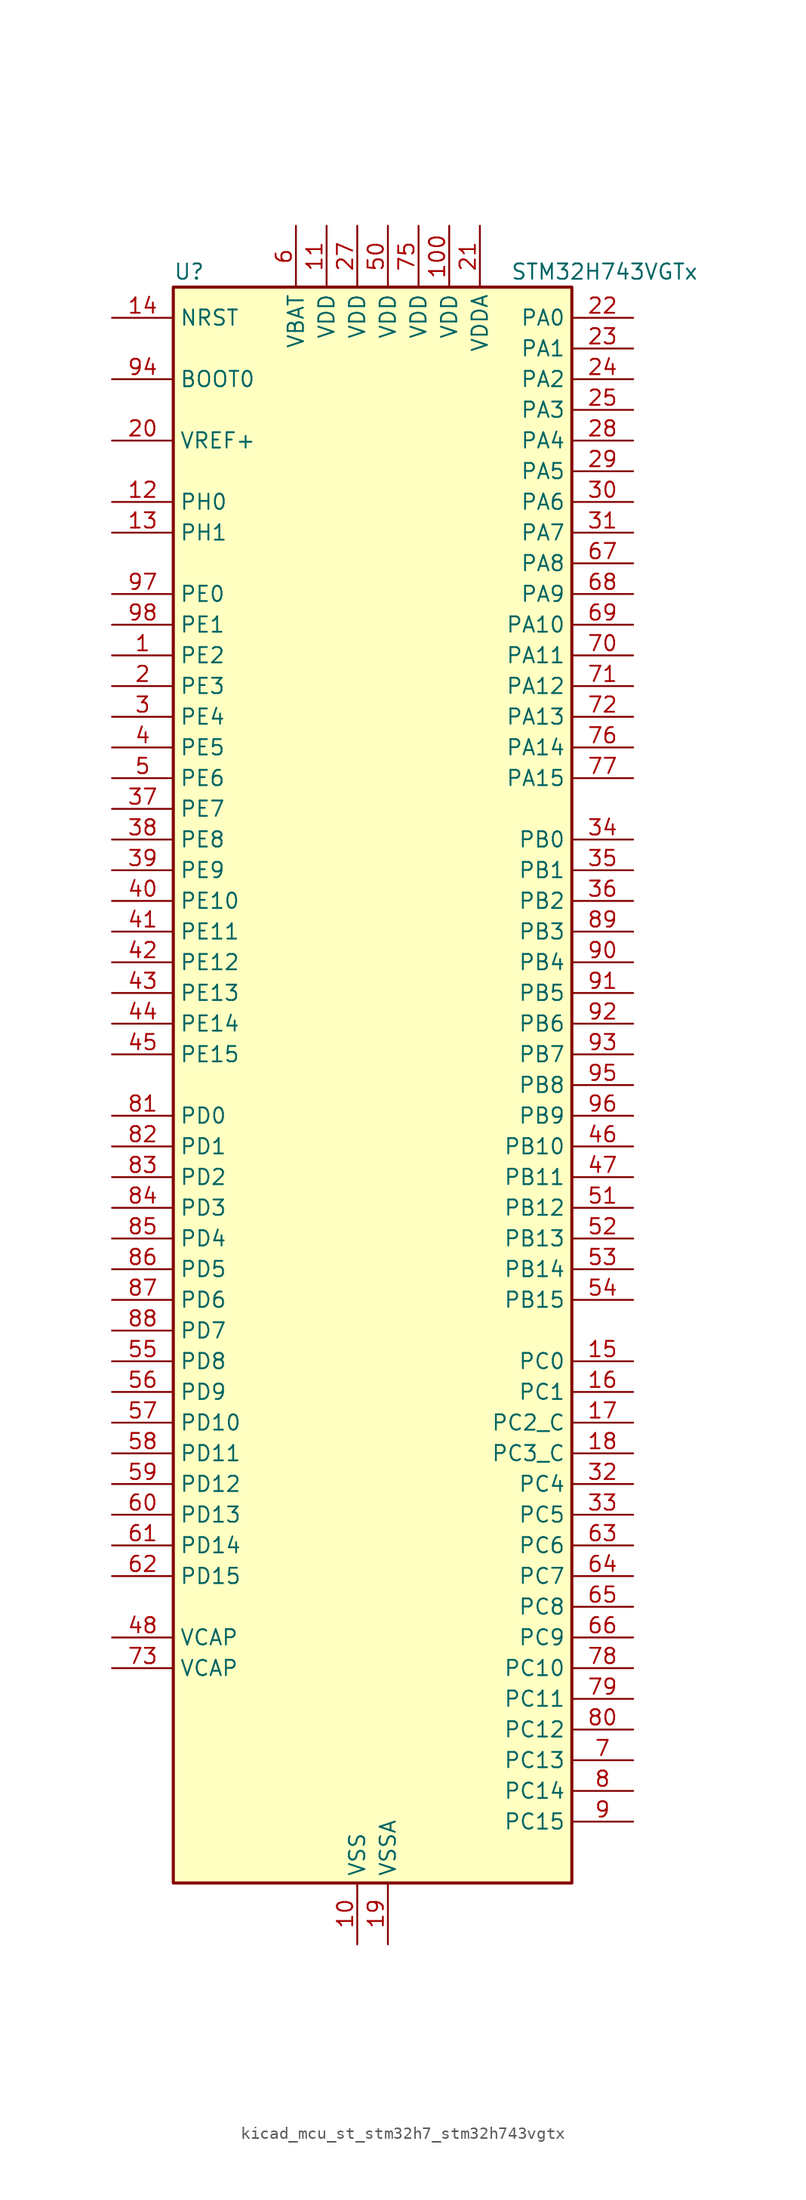
<source format=kicad_sym>
(kicad_symbol_lib
  (version 20220914)
  (generator kicad_symbol_editor)
  (symbol "kicad_mcu_st_stm32h7_stm32h743vgtx"
    (property "Reference" "U"
      (at -15.24 67.31 0)
      (effects (font (size 1.27 1.27)) (justify left)))
    (property "Value" "STM32H743VGTx"
      (at 12.7 67.31 0)
      (effects (font (size 1.27 1.27)) (justify left)))
    (property "ki_locked" ""
      (at 0 0 0)
      (effects (font (size 1.27 1.27))))
    (symbol "kicad_mcu_st_stm32h7_stm32h743vgtx_0_1"
      (rectangle (start -15.24 -66.04) (end 17.78 66.04) (stroke (width 0.254) (type default)) (fill (type background))))
    (symbol "kicad_mcu_st_stm32h7_stm32h743vgtx_1_1"
      (pin bidirectional line (at -20.32 35.56 0) (length 5.08) (name "PE2" (effects (font (size 1.27 1.27)))) (number "1" (effects (font (size 1.27 1.27)))) (alternate "DEBUG_TRACECLK" bidirectional line) (alternate "ETH_TXD3" bidirectional line) (alternate "FMC_A23" bidirectional line) (alternate "QUADSPI_BK1_IO2" bidirectional line) (alternate "SAI1_CK1" bidirectional line) (alternate "SAI1_MCLK_A" bidirectional line) (alternate "SAI4_CK1" bidirectional line) (alternate "SAI4_MCLK_A" bidirectional line) (alternate "SPI4_SCK" bidirectional line))
      (pin power_in line (at 0 -71.12 90) (length 5.08) (name "VSS" (effects (font (size 1.27 1.27)))) (number "10" (effects (font (size 1.27 1.27)))))
      (pin power_in line (at 7.62 71.12 270) (length 5.08) (name "VDD" (effects (font (size 1.27 1.27)))) (number "100" (effects (font (size 1.27 1.27)))))
      (pin power_in line (at -2.54 71.12 270) (length 5.08) (name "VDD" (effects (font (size 1.27 1.27)))) (number "11" (effects (font (size 1.27 1.27)))))
      (pin bidirectional line (at -20.32 48.26 0) (length 5.08) (name "PH0" (effects (font (size 1.27 1.27)))) (number "12" (effects (font (size 1.27 1.27)))) (alternate "RCC_OSC_IN" bidirectional line))
      (pin bidirectional line (at -20.32 45.72 0) (length 5.08) (name "PH1" (effects (font (size 1.27 1.27)))) (number "13" (effects (font (size 1.27 1.27)))) (alternate "RCC_OSC_OUT" bidirectional line))
      (pin input line (at -20.32 63.5 0) (length 5.08) (name "NRST" (effects (font (size 1.27 1.27)))) (number "14" (effects (font (size 1.27 1.27)))))
      (pin bidirectional line (at 22.86 -22.86 180) (length 5.08) (name "PC0" (effects (font (size 1.27 1.27)))) (number "15" (effects (font (size 1.27 1.27)))) (alternate "ADC1_INP10" bidirectional line) (alternate "ADC2_INP10" bidirectional line) (alternate "ADC3_INP10" bidirectional line) (alternate "DFSDM1_CKIN0" bidirectional line) (alternate "DFSDM1_DATIN4" bidirectional line) (alternate "FMC_SDNWE" bidirectional line) (alternate "LTDC_R5" bidirectional line) (alternate "SAI2_FS_B" bidirectional line) (alternate "USB_OTG_HS_ULPI_STP" bidirectional line))
      (pin bidirectional line (at 22.86 -25.4 180) (length 5.08) (name "PC1" (effects (font (size 1.27 1.27)))) (number "16" (effects (font (size 1.27 1.27)))) (alternate "ADC1_INN10" bidirectional line) (alternate "ADC1_INP11" bidirectional line) (alternate "ADC2_INN10" bidirectional line) (alternate "ADC2_INP11" bidirectional line) (alternate "ADC3_INN10" bidirectional line) (alternate "ADC3_INP11" bidirectional line) (alternate "DEBUG_TRACED0" bidirectional line) (alternate "DFSDM1_CKIN4" bidirectional line) (alternate "DFSDM1_DATIN0" bidirectional line) (alternate "ETH_MDC" bidirectional line) (alternate "I2S2_SDO" bidirectional line) (alternate "MDIOS_MDC" bidirectional line) (alternate "PWR_WKUP5" bidirectional line) (alternate "RTC_TAMP3" bidirectional line) (alternate "SAI1_D1" bidirectional line) (alternate "SAI1_SD_A" bidirectional line) (alternate "SAI4_D1" bidirectional line) (alternate "SAI4_SD_A" bidirectional line) (alternate "SDMMC2_CK" bidirectional line) (alternate "SPI2_MOSI" bidirectional line))
      (pin bidirectional line (at 22.86 -27.94 180) (length 5.08) (name "PC2_C" (effects (font (size 1.27 1.27)))) (number "17" (effects (font (size 1.27 1.27)))) (alternate "ADC3_INN1" bidirectional line) (alternate "ADC3_INP0" bidirectional line) (alternate "DFSDM1_CKIN1" bidirectional line) (alternate "DFSDM1_CKOUT" bidirectional line) (alternate "ETH_TXD2" bidirectional line) (alternate "FMC_SDNE0" bidirectional line) (alternate "I2S2_SDI" bidirectional line) (alternate "PWR_CSTOP" bidirectional line) (alternate "SPI2_MISO" bidirectional line) (alternate "USB_OTG_HS_ULPI_DIR" bidirectional line))
      (pin bidirectional line (at 22.86 -30.48 180) (length 5.08) (name "PC3_C" (effects (font (size 1.27 1.27)))) (number "18" (effects (font (size 1.27 1.27)))) (alternate "ADC3_INP1" bidirectional line) (alternate "DFSDM1_DATIN1" bidirectional line) (alternate "ETH_TX_CLK" bidirectional line) (alternate "FMC_SDCKE0" bidirectional line) (alternate "I2S2_SDO" bidirectional line) (alternate "PWR_CSLEEP" bidirectional line) (alternate "SPI2_MOSI" bidirectional line) (alternate "USB_OTG_HS_ULPI_NXT" bidirectional line))
      (pin power_in line (at 2.54 -71.12 90) (length 5.08) (name "VSSA" (effects (font (size 1.27 1.27)))) (number "19" (effects (font (size 1.27 1.27)))))
      (pin bidirectional line (at -20.32 33.02 0) (length 5.08) (name "PE3" (effects (font (size 1.27 1.27)))) (number "2" (effects (font (size 1.27 1.27)))) (alternate "DEBUG_TRACED0" bidirectional line) (alternate "FMC_A19" bidirectional line) (alternate "SAI1_SD_B" bidirectional line) (alternate "SAI4_SD_B" bidirectional line) (alternate "TIM15_BKIN" bidirectional line))
      (pin input line (at -20.32 53.34 0) (length 5.08) (name "VREF+" (effects (font (size 1.27 1.27)))) (number "20" (effects (font (size 1.27 1.27)))) (alternate "VREFBUF_OUT" bidirectional line))
      (pin power_in line (at 10.16 71.12 270) (length 5.08) (name "VDDA" (effects (font (size 1.27 1.27)))) (number "21" (effects (font (size 1.27 1.27)))))
      (pin bidirectional line (at 22.86 63.5 180) (length 5.08) (name "PA0" (effects (font (size 1.27 1.27)))) (number "22" (effects (font (size 1.27 1.27)))) (alternate "ADC1_INP16" bidirectional line) (alternate "ETH_CRS" bidirectional line) (alternate "PWR_WKUP0" bidirectional line) (alternate "SAI2_SD_B" bidirectional line) (alternate "SDMMC2_CMD" bidirectional line) (alternate "TIM15_BKIN" bidirectional line) (alternate "TIM2_CH1" bidirectional line) (alternate "TIM2_ETR" bidirectional line) (alternate "TIM5_CH1" bidirectional line) (alternate "TIM8_ETR" bidirectional line) (alternate "UART4_TX" bidirectional line) (alternate "USART2_CTS" bidirectional line) (alternate "USART2_NSS" bidirectional line))
      (pin bidirectional line (at 22.86 60.96 180) (length 5.08) (name "PA1" (effects (font (size 1.27 1.27)))) (number "23" (effects (font (size 1.27 1.27)))) (alternate "ADC1_INN16" bidirectional line) (alternate "ADC1_INP17" bidirectional line) (alternate "ETH_REF_CLK" bidirectional line) (alternate "ETH_RX_CLK" bidirectional line) (alternate "LPTIM3_OUT" bidirectional line) (alternate "LTDC_R2" bidirectional line) (alternate "QUADSPI_BK1_IO3" bidirectional line) (alternate "SAI2_MCLK_B" bidirectional line) (alternate "TIM15_CH1N" bidirectional line) (alternate "TIM2_CH2" bidirectional line) (alternate "TIM5_CH2" bidirectional line) (alternate "UART4_RX" bidirectional line) (alternate "USART2_DE" bidirectional line) (alternate "USART2_RTS" bidirectional line))
      (pin bidirectional line (at 22.86 58.42 180) (length 5.08) (name "PA2" (effects (font (size 1.27 1.27)))) (number "24" (effects (font (size 1.27 1.27)))) (alternate "ADC1_INP14" bidirectional line) (alternate "ADC2_INP14" bidirectional line) (alternate "ETH_MDIO" bidirectional line) (alternate "LPTIM4_OUT" bidirectional line) (alternate "LTDC_R1" bidirectional line) (alternate "MDIOS_MDIO" bidirectional line) (alternate "PWR_WKUP1" bidirectional line) (alternate "SAI2_SCK_B" bidirectional line) (alternate "TIM15_CH1" bidirectional line) (alternate "TIM2_CH3" bidirectional line) (alternate "TIM5_CH3" bidirectional line) (alternate "USART2_TX" bidirectional line))
      (pin bidirectional line (at 22.86 55.88 180) (length 5.08) (name "PA3" (effects (font (size 1.27 1.27)))) (number "25" (effects (font (size 1.27 1.27)))) (alternate "ADC1_INP15" bidirectional line) (alternate "ADC2_INP15" bidirectional line) (alternate "ETH_COL" bidirectional line) (alternate "LPTIM5_OUT" bidirectional line) (alternate "LTDC_B2" bidirectional line) (alternate "LTDC_B5" bidirectional line) (alternate "TIM15_CH2" bidirectional line) (alternate "TIM2_CH4" bidirectional line) (alternate "TIM5_CH4" bidirectional line) (alternate "USART2_RX" bidirectional line) (alternate "USB_OTG_HS_ULPI_D0" bidirectional line))
      (pin passive line (at 0 -71.12 90) (length 5.08) hide (name "VSS" (effects (font (size 1.27 1.27)))) (number "26" (effects (font (size 1.27 1.27)))))
      (pin power_in line (at 0 71.12 270) (length 5.08) (name "VDD" (effects (font (size 1.27 1.27)))) (number "27" (effects (font (size 1.27 1.27)))))
      (pin bidirectional line (at 22.86 53.34 180) (length 5.08) (name "PA4" (effects (font (size 1.27 1.27)))) (number "28" (effects (font (size 1.27 1.27)))) (alternate "ADC1_INP18" bidirectional line) (alternate "ADC2_INP18" bidirectional line) (alternate "DAC1_OUT1" bidirectional line) (alternate "DCMI_HSYNC" bidirectional line) (alternate "I2S1_WS" bidirectional line) (alternate "I2S3_WS" bidirectional line) (alternate "LTDC_VSYNC" bidirectional line) (alternate "SPI1_NSS" bidirectional line) (alternate "SPI3_NSS" bidirectional line) (alternate "SPI6_NSS" bidirectional line) (alternate "TIM5_ETR" bidirectional line) (alternate "USART2_CK" bidirectional line) (alternate "USB_OTG_HS_SOF" bidirectional line))
      (pin bidirectional line (at 22.86 50.8 180) (length 5.08) (name "PA5" (effects (font (size 1.27 1.27)))) (number "29" (effects (font (size 1.27 1.27)))) (alternate "ADC1_INN18" bidirectional line) (alternate "ADC1_INP19" bidirectional line) (alternate "ADC2_INN18" bidirectional line) (alternate "ADC2_INP19" bidirectional line) (alternate "DAC1_OUT2" bidirectional line) (alternate "I2S1_CK" bidirectional line) (alternate "LTDC_R4" bidirectional line) (alternate "PWR_NDSTOP2" bidirectional line) (alternate "SPI1_SCK" bidirectional line) (alternate "SPI6_SCK" bidirectional line) (alternate "TIM2_CH1" bidirectional line) (alternate "TIM2_ETR" bidirectional line) (alternate "TIM8_CH1N" bidirectional line) (alternate "USB_OTG_HS_ULPI_CK" bidirectional line))
      (pin bidirectional line (at -20.32 30.48 0) (length 5.08) (name "PE4" (effects (font (size 1.27 1.27)))) (number "3" (effects (font (size 1.27 1.27)))) (alternate "DCMI_D4" bidirectional line) (alternate "DEBUG_TRACED1" bidirectional line) (alternate "DFSDM1_DATIN3" bidirectional line) (alternate "FMC_A20" bidirectional line) (alternate "LTDC_B0" bidirectional line) (alternate "SAI1_D2" bidirectional line) (alternate "SAI1_FS_A" bidirectional line) (alternate "SAI4_D2" bidirectional line) (alternate "SAI4_FS_A" bidirectional line) (alternate "SPI4_NSS" bidirectional line) (alternate "TIM15_CH1N" bidirectional line))
      (pin bidirectional line (at 22.86 48.26 180) (length 5.08) (name "PA6" (effects (font (size 1.27 1.27)))) (number "30" (effects (font (size 1.27 1.27)))) (alternate "ADC1_INP3" bidirectional line) (alternate "ADC2_INP3" bidirectional line) (alternate "DCMI_PIXCLK" bidirectional line) (alternate "I2S1_SDI" bidirectional line) (alternate "LTDC_G2" bidirectional line) (alternate "MDIOS_MDC" bidirectional line) (alternate "SPI1_MISO" bidirectional line) (alternate "SPI6_MISO" bidirectional line) (alternate "TIM13_CH1" bidirectional line) (alternate "TIM1_BKIN" bidirectional line) (alternate "TIM1_BKIN_COMP1" bidirectional line) (alternate "TIM1_BKIN_COMP2" bidirectional line) (alternate "TIM3_CH1" bidirectional line) (alternate "TIM8_BKIN" bidirectional line) (alternate "TIM8_BKIN_COMP1" bidirectional line) (alternate "TIM8_BKIN_COMP2" bidirectional line))
      (pin bidirectional line (at 22.86 45.72 180) (length 5.08) (name "PA7" (effects (font (size 1.27 1.27)))) (number "31" (effects (font (size 1.27 1.27)))) (alternate "ADC1_INN3" bidirectional line) (alternate "ADC1_INP7" bidirectional line) (alternate "ADC2_INN3" bidirectional line) (alternate "ADC2_INP7" bidirectional line) (alternate "ETH_CRS_DV" bidirectional line) (alternate "ETH_RX_DV" bidirectional line) (alternate "FMC_SDNWE" bidirectional line) (alternate "I2S1_SDO" bidirectional line) (alternate "OPAMP1_VINM" bidirectional line) (alternate "OPAMP1_VINM1" bidirectional line) (alternate "SPI1_MOSI" bidirectional line) (alternate "SPI6_MOSI" bidirectional line) (alternate "TIM14_CH1" bidirectional line) (alternate "TIM1_CH1N" bidirectional line) (alternate "TIM3_CH2" bidirectional line) (alternate "TIM8_CH1N" bidirectional line))
      (pin bidirectional line (at 22.86 -33.02 180) (length 5.08) (name "PC4" (effects (font (size 1.27 1.27)))) (number "32" (effects (font (size 1.27 1.27)))) (alternate "ADC1_INP4" bidirectional line) (alternate "ADC2_INP4" bidirectional line) (alternate "COMP1_INM" bidirectional line) (alternate "DFSDM1_CKIN2" bidirectional line) (alternate "ETH_RXD0" bidirectional line) (alternate "FMC_SDNE0" bidirectional line) (alternate "I2S1_MCK" bidirectional line) (alternate "OPAMP1_VOUT" bidirectional line) (alternate "SPDIFRX1_IN2" bidirectional line))
      (pin bidirectional line (at 22.86 -35.56 180) (length 5.08) (name "PC5" (effects (font (size 1.27 1.27)))) (number "33" (effects (font (size 1.27 1.27)))) (alternate "ADC1_INN4" bidirectional line) (alternate "ADC1_INP8" bidirectional line) (alternate "ADC2_INN4" bidirectional line) (alternate "ADC2_INP8" bidirectional line) (alternate "COMP1_OUT" bidirectional line) (alternate "DFSDM1_DATIN2" bidirectional line) (alternate "ETH_RXD1" bidirectional line) (alternate "FMC_SDCKE0" bidirectional line) (alternate "OPAMP1_VINM" bidirectional line) (alternate "OPAMP1_VINM0" bidirectional line) (alternate "SAI1_D3" bidirectional line) (alternate "SAI4_D3" bidirectional line) (alternate "SPDIFRX1_IN3" bidirectional line))
      (pin bidirectional line (at 22.86 20.32 180) (length 5.08) (name "PB0" (effects (font (size 1.27 1.27)))) (number "34" (effects (font (size 1.27 1.27)))) (alternate "ADC1_INN5" bidirectional line) (alternate "ADC1_INP9" bidirectional line) (alternate "ADC2_INN5" bidirectional line) (alternate "ADC2_INP9" bidirectional line) (alternate "COMP1_INP" bidirectional line) (alternate "DFSDM1_CKOUT" bidirectional line) (alternate "ETH_RXD2" bidirectional line) (alternate "LTDC_G1" bidirectional line) (alternate "LTDC_R3" bidirectional line) (alternate "OPAMP1_VINP" bidirectional line) (alternate "TIM1_CH2N" bidirectional line) (alternate "TIM3_CH3" bidirectional line) (alternate "TIM8_CH2N" bidirectional line) (alternate "UART4_CTS" bidirectional line) (alternate "USB_OTG_HS_ULPI_D1" bidirectional line))
      (pin bidirectional line (at 22.86 17.78 180) (length 5.08) (name "PB1" (effects (font (size 1.27 1.27)))) (number "35" (effects (font (size 1.27 1.27)))) (alternate "ADC1_INP5" bidirectional line) (alternate "ADC2_INP5" bidirectional line) (alternate "COMP1_INM" bidirectional line) (alternate "DFSDM1_DATIN1" bidirectional line) (alternate "ETH_RXD3" bidirectional line) (alternate "LTDC_G0" bidirectional line) (alternate "LTDC_R6" bidirectional line) (alternate "TIM1_CH3N" bidirectional line) (alternate "TIM3_CH4" bidirectional line) (alternate "TIM8_CH3N" bidirectional line) (alternate "USB_OTG_HS_ULPI_D2" bidirectional line))
      (pin bidirectional line (at 22.86 15.24 180) (length 5.08) (name "PB2" (effects (font (size 1.27 1.27)))) (number "36" (effects (font (size 1.27 1.27)))) (alternate "COMP1_INP" bidirectional line) (alternate "DFSDM1_CKIN1" bidirectional line) (alternate "I2S3_SDO" bidirectional line) (alternate "QUADSPI_CLK" bidirectional line) (alternate "RTC_OUT_ALARM" bidirectional line) (alternate "RTC_OUT_CALIB" bidirectional line) (alternate "SAI1_D1" bidirectional line) (alternate "SAI1_SD_A" bidirectional line) (alternate "SAI4_D1" bidirectional line) (alternate "SAI4_SD_A" bidirectional line) (alternate "SPI3_MOSI" bidirectional line))
      (pin bidirectional line (at -20.32 22.86 0) (length 5.08) (name "PE7" (effects (font (size 1.27 1.27)))) (number "37" (effects (font (size 1.27 1.27)))) (alternate "COMP2_INM" bidirectional line) (alternate "DFSDM1_DATIN2" bidirectional line) (alternate "FMC_D4" bidirectional line) (alternate "FMC_DA4" bidirectional line) (alternate "OPAMP2_VOUT" bidirectional line) (alternate "QUADSPI_BK2_IO0" bidirectional line) (alternate "TIM1_ETR" bidirectional line) (alternate "UART7_RX" bidirectional line))
      (pin bidirectional line (at -20.32 20.32 0) (length 5.08) (name "PE8" (effects (font (size 1.27 1.27)))) (number "38" (effects (font (size 1.27 1.27)))) (alternate "COMP2_OUT" bidirectional line) (alternate "DFSDM1_CKIN2" bidirectional line) (alternate "FMC_D5" bidirectional line) (alternate "FMC_DA5" bidirectional line) (alternate "OPAMP2_VINM" bidirectional line) (alternate "OPAMP2_VINM0" bidirectional line) (alternate "QUADSPI_BK2_IO1" bidirectional line) (alternate "TIM1_CH1N" bidirectional line) (alternate "UART7_TX" bidirectional line))
      (pin bidirectional line (at -20.32 17.78 0) (length 5.08) (name "PE9" (effects (font (size 1.27 1.27)))) (number "39" (effects (font (size 1.27 1.27)))) (alternate "COMP2_INP" bidirectional line) (alternate "DAC1_EXTI9" bidirectional line) (alternate "DFSDM1_CKOUT" bidirectional line) (alternate "FMC_D6" bidirectional line) (alternate "FMC_DA6" bidirectional line) (alternate "OPAMP2_VINP" bidirectional line) (alternate "QUADSPI_BK2_IO2" bidirectional line) (alternate "TIM1_CH1" bidirectional line) (alternate "UART7_DE" bidirectional line) (alternate "UART7_RTS" bidirectional line))
      (pin bidirectional line (at -20.32 27.94 0) (length 5.08) (name "PE5" (effects (font (size 1.27 1.27)))) (number "4" (effects (font (size 1.27 1.27)))) (alternate "DCMI_D6" bidirectional line) (alternate "DEBUG_TRACED2" bidirectional line) (alternate "DFSDM1_CKIN3" bidirectional line) (alternate "FMC_A21" bidirectional line) (alternate "LTDC_G0" bidirectional line) (alternate "SAI1_CK2" bidirectional line) (alternate "SAI1_SCK_A" bidirectional line) (alternate "SAI4_CK2" bidirectional line) (alternate "SAI4_SCK_A" bidirectional line) (alternate "SPI4_MISO" bidirectional line) (alternate "TIM15_CH1" bidirectional line))
      (pin bidirectional line (at -20.32 15.24 0) (length 5.08) (name "PE10" (effects (font (size 1.27 1.27)))) (number "40" (effects (font (size 1.27 1.27)))) (alternate "COMP2_INM" bidirectional line) (alternate "DFSDM1_DATIN4" bidirectional line) (alternate "FMC_D7" bidirectional line) (alternate "FMC_DA7" bidirectional line) (alternate "QUADSPI_BK2_IO3" bidirectional line) (alternate "TIM1_CH2N" bidirectional line) (alternate "UART7_CTS" bidirectional line))
      (pin bidirectional line (at -20.32 12.7 0) (length 5.08) (name "PE11" (effects (font (size 1.27 1.27)))) (number "41" (effects (font (size 1.27 1.27)))) (alternate "ADC1_EXTI11" bidirectional line) (alternate "ADC2_EXTI11" bidirectional line) (alternate "ADC3_EXTI11" bidirectional line) (alternate "COMP2_INP" bidirectional line) (alternate "DFSDM1_CKIN4" bidirectional line) (alternate "FMC_D8" bidirectional line) (alternate "FMC_DA8" bidirectional line) (alternate "LTDC_G3" bidirectional line) (alternate "SAI2_SD_B" bidirectional line) (alternate "SPI4_NSS" bidirectional line) (alternate "TIM1_CH2" bidirectional line))
      (pin bidirectional line (at -20.32 10.16 0) (length 5.08) (name "PE12" (effects (font (size 1.27 1.27)))) (number "42" (effects (font (size 1.27 1.27)))) (alternate "COMP1_OUT" bidirectional line) (alternate "DFSDM1_DATIN5" bidirectional line) (alternate "FMC_D9" bidirectional line) (alternate "FMC_DA9" bidirectional line) (alternate "LTDC_B4" bidirectional line) (alternate "SAI2_SCK_B" bidirectional line) (alternate "SPI4_SCK" bidirectional line) (alternate "TIM1_CH3N" bidirectional line))
      (pin bidirectional line (at -20.32 7.62 0) (length 5.08) (name "PE13" (effects (font (size 1.27 1.27)))) (number "43" (effects (font (size 1.27 1.27)))) (alternate "COMP2_OUT" bidirectional line) (alternate "DFSDM1_CKIN5" bidirectional line) (alternate "FMC_D10" bidirectional line) (alternate "FMC_DA10" bidirectional line) (alternate "LTDC_DE" bidirectional line) (alternate "SAI2_FS_B" bidirectional line) (alternate "SPI4_MISO" bidirectional line) (alternate "TIM1_CH3" bidirectional line))
      (pin bidirectional line (at -20.32 5.08 0) (length 5.08) (name "PE14" (effects (font (size 1.27 1.27)))) (number "44" (effects (font (size 1.27 1.27)))) (alternate "FMC_D11" bidirectional line) (alternate "FMC_DA11" bidirectional line) (alternate "LTDC_CLK" bidirectional line) (alternate "SAI2_MCLK_B" bidirectional line) (alternate "SPI4_MOSI" bidirectional line) (alternate "TIM1_CH4" bidirectional line))
      (pin bidirectional line (at -20.32 2.54 0) (length 5.08) (name "PE15" (effects (font (size 1.27 1.27)))) (number "45" (effects (font (size 1.27 1.27)))) (alternate "ADC1_EXTI15" bidirectional line) (alternate "ADC2_EXTI15" bidirectional line) (alternate "ADC3_EXTI15" bidirectional line) (alternate "FMC_D12" bidirectional line) (alternate "FMC_DA12" bidirectional line) (alternate "LTDC_R7" bidirectional line) (alternate "TIM1_BKIN" bidirectional line) (alternate "TIM1_BKIN_COMP1" bidirectional line) (alternate "TIM1_BKIN_COMP2" bidirectional line))
      (pin bidirectional line (at 22.86 -5.08 180) (length 5.08) (name "PB10" (effects (font (size 1.27 1.27)))) (number "46" (effects (font (size 1.27 1.27)))) (alternate "DFSDM1_DATIN7" bidirectional line) (alternate "ETH_RX_ER" bidirectional line) (alternate "HRTIM_SCOUT" bidirectional line) (alternate "I2C2_SCL" bidirectional line) (alternate "I2S2_CK" bidirectional line) (alternate "LPTIM2_IN1" bidirectional line) (alternate "LTDC_G4" bidirectional line) (alternate "QUADSPI_BK1_NCS" bidirectional line) (alternate "SPI2_SCK" bidirectional line) (alternate "TIM2_CH3" bidirectional line) (alternate "USART3_TX" bidirectional line) (alternate "USB_OTG_HS_ULPI_D3" bidirectional line))
      (pin bidirectional line (at 22.86 -7.62 180) (length 5.08) (name "PB11" (effects (font (size 1.27 1.27)))) (number "47" (effects (font (size 1.27 1.27)))) (alternate "ADC1_EXTI11" bidirectional line) (alternate "ADC2_EXTI11" bidirectional line) (alternate "ADC3_EXTI11" bidirectional line) (alternate "DFSDM1_CKIN7" bidirectional line) (alternate "ETH_TX_EN" bidirectional line) (alternate "HRTIM_SCIN" bidirectional line) (alternate "I2C2_SDA" bidirectional line) (alternate "LPTIM2_ETR" bidirectional line) (alternate "LTDC_G5" bidirectional line) (alternate "TIM2_CH4" bidirectional line) (alternate "USART3_RX" bidirectional line) (alternate "USB_OTG_HS_ULPI_D4" bidirectional line))
      (pin power_out line (at -20.32 -45.72 0) (length 5.08) (name "VCAP" (effects (font (size 1.27 1.27)))) (number "48" (effects (font (size 1.27 1.27)))))
      (pin passive line (at 0 -71.12 90) (length 5.08) hide (name "VSS" (effects (font (size 1.27 1.27)))) (number "49" (effects (font (size 1.27 1.27)))))
      (pin bidirectional line (at -20.32 25.4 0) (length 5.08) (name "PE6" (effects (font (size 1.27 1.27)))) (number "5" (effects (font (size 1.27 1.27)))) (alternate "DCMI_D7" bidirectional line) (alternate "DEBUG_TRACED3" bidirectional line) (alternate "FMC_A22" bidirectional line) (alternate "LTDC_G1" bidirectional line) (alternate "SAI1_D1" bidirectional line) (alternate "SAI1_SD_A" bidirectional line) (alternate "SAI2_MCLK_B" bidirectional line) (alternate "SAI4_D1" bidirectional line) (alternate "SAI4_SD_A" bidirectional line) (alternate "SPI4_MOSI" bidirectional line) (alternate "TIM15_CH2" bidirectional line) (alternate "TIM1_BKIN2" bidirectional line) (alternate "TIM1_BKIN2_COMP1" bidirectional line) (alternate "TIM1_BKIN2_COMP2" bidirectional line))
      (pin power_in line (at 2.54 71.12 270) (length 5.08) (name "VDD" (effects (font (size 1.27 1.27)))) (number "50" (effects (font (size 1.27 1.27)))))
      (pin bidirectional line (at 22.86 -10.16 180) (length 5.08) (name "PB12" (effects (font (size 1.27 1.27)))) (number "51" (effects (font (size 1.27 1.27)))) (alternate "DFSDM1_DATIN1" bidirectional line) (alternate "ETH_TXD0" bidirectional line) (alternate "FDCAN2_RX" bidirectional line) (alternate "I2C2_SMBA" bidirectional line) (alternate "I2S2_WS" bidirectional line) (alternate "SPI2_NSS" bidirectional line) (alternate "TIM1_BKIN" bidirectional line) (alternate "TIM1_BKIN_COMP1" bidirectional line) (alternate "TIM1_BKIN_COMP2" bidirectional line) (alternate "UART5_RX" bidirectional line) (alternate "USART3_CK" bidirectional line) (alternate "USB_OTG_HS_ID" bidirectional line) (alternate "USB_OTG_HS_ULPI_D5" bidirectional line))
      (pin bidirectional line (at 22.86 -12.7 180) (length 5.08) (name "PB13" (effects (font (size 1.27 1.27)))) (number "52" (effects (font (size 1.27 1.27)))) (alternate "DFSDM1_CKIN1" bidirectional line) (alternate "ETH_TXD1" bidirectional line) (alternate "FDCAN2_TX" bidirectional line) (alternate "I2S2_CK" bidirectional line) (alternate "LPTIM2_OUT" bidirectional line) (alternate "SPI2_SCK" bidirectional line) (alternate "TIM1_CH1N" bidirectional line) (alternate "UART5_TX" bidirectional line) (alternate "USART3_CTS" bidirectional line) (alternate "USART3_NSS" bidirectional line) (alternate "USB_OTG_HS_ULPI_D6" bidirectional line) (alternate "USB_OTG_HS_VBUS" bidirectional line))
      (pin bidirectional line (at 22.86 -15.24 180) (length 5.08) (name "PB14" (effects (font (size 1.27 1.27)))) (number "53" (effects (font (size 1.27 1.27)))) (alternate "DFSDM1_DATIN2" bidirectional line) (alternate "I2S2_SDI" bidirectional line) (alternate "SDMMC2_D0" bidirectional line) (alternate "SPI2_MISO" bidirectional line) (alternate "TIM12_CH1" bidirectional line) (alternate "TIM1_CH2N" bidirectional line) (alternate "TIM8_CH2N" bidirectional line) (alternate "UART4_DE" bidirectional line) (alternate "UART4_RTS" bidirectional line) (alternate "USART1_TX" bidirectional line) (alternate "USART3_DE" bidirectional line) (alternate "USART3_RTS" bidirectional line) (alternate "USB_OTG_HS_DM" bidirectional line))
      (pin bidirectional line (at 22.86 -17.78 180) (length 5.08) (name "PB15" (effects (font (size 1.27 1.27)))) (number "54" (effects (font (size 1.27 1.27)))) (alternate "ADC1_EXTI15" bidirectional line) (alternate "ADC2_EXTI15" bidirectional line) (alternate "ADC3_EXTI15" bidirectional line) (alternate "DFSDM1_CKIN2" bidirectional line) (alternate "I2S2_SDO" bidirectional line) (alternate "RTC_REFIN" bidirectional line) (alternate "SDMMC2_D1" bidirectional line) (alternate "SPI2_MOSI" bidirectional line) (alternate "TIM12_CH2" bidirectional line) (alternate "TIM1_CH3N" bidirectional line) (alternate "TIM8_CH3N" bidirectional line) (alternate "UART4_CTS" bidirectional line) (alternate "USART1_RX" bidirectional line) (alternate "USB_OTG_HS_DP" bidirectional line))
      (pin bidirectional line (at -20.32 -22.86 0) (length 5.08) (name "PD8" (effects (font (size 1.27 1.27)))) (number "55" (effects (font (size 1.27 1.27)))) (alternate "DFSDM1_CKIN3" bidirectional line) (alternate "FMC_D13" bidirectional line) (alternate "FMC_DA13" bidirectional line) (alternate "SAI3_SCK_B" bidirectional line) (alternate "SPDIFRX1_IN1" bidirectional line) (alternate "USART3_TX" bidirectional line))
      (pin bidirectional line (at -20.32 -25.4 0) (length 5.08) (name "PD9" (effects (font (size 1.27 1.27)))) (number "56" (effects (font (size 1.27 1.27)))) (alternate "DAC1_EXTI9" bidirectional line) (alternate "DFSDM1_DATIN3" bidirectional line) (alternate "FMC_D14" bidirectional line) (alternate "FMC_DA14" bidirectional line) (alternate "SAI3_SD_B" bidirectional line) (alternate "USART3_RX" bidirectional line))
      (pin bidirectional line (at -20.32 -27.94 0) (length 5.08) (name "PD10" (effects (font (size 1.27 1.27)))) (number "57" (effects (font (size 1.27 1.27)))) (alternate "DFSDM1_CKOUT" bidirectional line) (alternate "FMC_D15" bidirectional line) (alternate "FMC_DA15" bidirectional line) (alternate "LTDC_B3" bidirectional line) (alternate "SAI3_FS_B" bidirectional line) (alternate "USART3_CK" bidirectional line))
      (pin bidirectional line (at -20.32 -30.48 0) (length 5.08) (name "PD11" (effects (font (size 1.27 1.27)))) (number "58" (effects (font (size 1.27 1.27)))) (alternate "ADC1_EXTI11" bidirectional line) (alternate "ADC2_EXTI11" bidirectional line) (alternate "ADC3_EXTI11" bidirectional line) (alternate "FMC_A16" bidirectional line) (alternate "FMC_CLE" bidirectional line) (alternate "I2C4_SMBA" bidirectional line) (alternate "LPTIM2_IN2" bidirectional line) (alternate "QUADSPI_BK1_IO0" bidirectional line) (alternate "SAI2_SD_A" bidirectional line) (alternate "USART3_CTS" bidirectional line) (alternate "USART3_NSS" bidirectional line))
      (pin bidirectional line (at -20.32 -33.02 0) (length 5.08) (name "PD12" (effects (font (size 1.27 1.27)))) (number "59" (effects (font (size 1.27 1.27)))) (alternate "FMC_A17" bidirectional line) (alternate "FMC_ALE" bidirectional line) (alternate "I2C4_SCL" bidirectional line) (alternate "LPTIM1_IN1" bidirectional line) (alternate "LPTIM2_IN1" bidirectional line) (alternate "QUADSPI_BK1_IO1" bidirectional line) (alternate "SAI2_FS_A" bidirectional line) (alternate "TIM4_CH1" bidirectional line) (alternate "USART3_DE" bidirectional line) (alternate "USART3_RTS" bidirectional line))
      (pin power_in line (at -5.08 71.12 270) (length 5.08) (name "VBAT" (effects (font (size 1.27 1.27)))) (number "6" (effects (font (size 1.27 1.27)))))
      (pin bidirectional line (at -20.32 -35.56 0) (length 5.08) (name "PD13" (effects (font (size 1.27 1.27)))) (number "60" (effects (font (size 1.27 1.27)))) (alternate "FMC_A18" bidirectional line) (alternate "I2C4_SDA" bidirectional line) (alternate "LPTIM1_OUT" bidirectional line) (alternate "QUADSPI_BK1_IO3" bidirectional line) (alternate "SAI2_SCK_A" bidirectional line) (alternate "TIM4_CH2" bidirectional line))
      (pin bidirectional line (at -20.32 -38.1 0) (length 5.08) (name "PD14" (effects (font (size 1.27 1.27)))) (number "61" (effects (font (size 1.27 1.27)))) (alternate "FMC_D0" bidirectional line) (alternate "FMC_DA0" bidirectional line) (alternate "SAI3_MCLK_B" bidirectional line) (alternate "TIM4_CH3" bidirectional line) (alternate "UART8_CTS" bidirectional line))
      (pin bidirectional line (at -20.32 -40.64 0) (length 5.08) (name "PD15" (effects (font (size 1.27 1.27)))) (number "62" (effects (font (size 1.27 1.27)))) (alternate "ADC1_EXTI15" bidirectional line) (alternate "ADC2_EXTI15" bidirectional line) (alternate "ADC3_EXTI15" bidirectional line) (alternate "FMC_D1" bidirectional line) (alternate "FMC_DA1" bidirectional line) (alternate "SAI3_MCLK_A" bidirectional line) (alternate "TIM4_CH4" bidirectional line) (alternate "UART8_DE" bidirectional line) (alternate "UART8_RTS" bidirectional line))
      (pin bidirectional line (at 22.86 -38.1 180) (length 5.08) (name "PC6" (effects (font (size 1.27 1.27)))) (number "63" (effects (font (size 1.27 1.27)))) (alternate "DCMI_D0" bidirectional line) (alternate "DFSDM1_CKIN3" bidirectional line) (alternate "FMC_NWAIT" bidirectional line) (alternate "HRTIM_CHA1" bidirectional line) (alternate "I2S2_MCK" bidirectional line) (alternate "LTDC_HSYNC" bidirectional line) (alternate "SDMMC1_D0DIR" bidirectional line) (alternate "SDMMC1_D6" bidirectional line) (alternate "SDMMC2_D6" bidirectional line) (alternate "SWPMI1_IO" bidirectional line) (alternate "TIM3_CH1" bidirectional line) (alternate "TIM8_CH1" bidirectional line) (alternate "USART6_TX" bidirectional line))
      (pin bidirectional line (at 22.86 -40.64 180) (length 5.08) (name "PC7" (effects (font (size 1.27 1.27)))) (number "64" (effects (font (size 1.27 1.27)))) (alternate "DCMI_D1" bidirectional line) (alternate "DEBUG_TRGIO" bidirectional line) (alternate "DFSDM1_DATIN3" bidirectional line) (alternate "FMC_NE1" bidirectional line) (alternate "HRTIM_CHA2" bidirectional line) (alternate "I2S3_MCK" bidirectional line) (alternate "LTDC_G6" bidirectional line) (alternate "SDMMC1_D123DIR" bidirectional line) (alternate "SDMMC1_D7" bidirectional line) (alternate "SDMMC2_D7" bidirectional line) (alternate "SWPMI1_TX" bidirectional line) (alternate "TIM3_CH2" bidirectional line) (alternate "TIM8_CH2" bidirectional line) (alternate "USART6_RX" bidirectional line))
      (pin bidirectional line (at 22.86 -43.18 180) (length 5.08) (name "PC8" (effects (font (size 1.27 1.27)))) (number "65" (effects (font (size 1.27 1.27)))) (alternate "DCMI_D2" bidirectional line) (alternate "DEBUG_TRACED1" bidirectional line) (alternate "FMC_NCE" bidirectional line) (alternate "FMC_NE2" bidirectional line) (alternate "HRTIM_CHB1" bidirectional line) (alternate "SDMMC1_D0" bidirectional line) (alternate "SWPMI1_RX" bidirectional line) (alternate "TIM3_CH3" bidirectional line) (alternate "TIM8_CH3" bidirectional line) (alternate "UART5_DE" bidirectional line) (alternate "UART5_RTS" bidirectional line) (alternate "USART6_CK" bidirectional line))
      (pin bidirectional line (at 22.86 -45.72 180) (length 5.08) (name "PC9" (effects (font (size 1.27 1.27)))) (number "66" (effects (font (size 1.27 1.27)))) (alternate "DAC1_EXTI9" bidirectional line) (alternate "DCMI_D3" bidirectional line) (alternate "I2C3_SDA" bidirectional line) (alternate "I2S_CKIN" bidirectional line) (alternate "LTDC_B2" bidirectional line) (alternate "LTDC_G3" bidirectional line) (alternate "QUADSPI_BK1_IO0" bidirectional line) (alternate "RCC_MCO_2" bidirectional line) (alternate "SDMMC1_D1" bidirectional line) (alternate "SWPMI1_SUSPEND" bidirectional line) (alternate "TIM3_CH4" bidirectional line) (alternate "TIM8_CH4" bidirectional line) (alternate "UART5_CTS" bidirectional line))
      (pin bidirectional line (at 22.86 43.18 180) (length 5.08) (name "PA8" (effects (font (size 1.27 1.27)))) (number "67" (effects (font (size 1.27 1.27)))) (alternate "HRTIM_CHB2" bidirectional line) (alternate "I2C3_SCL" bidirectional line) (alternate "LTDC_B3" bidirectional line) (alternate "LTDC_R6" bidirectional line) (alternate "RCC_MCO_1" bidirectional line) (alternate "TIM1_CH1" bidirectional line) (alternate "TIM8_BKIN2" bidirectional line) (alternate "TIM8_BKIN2_COMP1" bidirectional line) (alternate "TIM8_BKIN2_COMP2" bidirectional line) (alternate "UART7_RX" bidirectional line) (alternate "USART1_CK" bidirectional line) (alternate "USB_OTG_FS_SOF" bidirectional line))
      (pin bidirectional line (at 22.86 40.64 180) (length 5.08) (name "PA9" (effects (font (size 1.27 1.27)))) (number "68" (effects (font (size 1.27 1.27)))) (alternate "DAC1_EXTI9" bidirectional line) (alternate "DCMI_D0" bidirectional line) (alternate "HRTIM_CHC1" bidirectional line) (alternate "I2C3_SMBA" bidirectional line) (alternate "I2S2_CK" bidirectional line) (alternate "LPUART1_TX" bidirectional line) (alternate "LTDC_R5" bidirectional line) (alternate "SPI2_SCK" bidirectional line) (alternate "TIM1_CH2" bidirectional line) (alternate "USART1_TX" bidirectional line) (alternate "USB_OTG_FS_VBUS" bidirectional line))
      (pin bidirectional line (at 22.86 38.1 180) (length 5.08) (name "PA10" (effects (font (size 1.27 1.27)))) (number "69" (effects (font (size 1.27 1.27)))) (alternate "DCMI_D1" bidirectional line) (alternate "HRTIM_CHC2" bidirectional line) (alternate "LPUART1_RX" bidirectional line) (alternate "LTDC_B1" bidirectional line) (alternate "LTDC_B4" bidirectional line) (alternate "MDIOS_MDIO" bidirectional line) (alternate "TIM1_CH3" bidirectional line) (alternate "USART1_RX" bidirectional line) (alternate "USB_OTG_FS_ID" bidirectional line))
      (pin bidirectional line (at 22.86 -55.88 180) (length 5.08) (name "PC13" (effects (font (size 1.27 1.27)))) (number "7" (effects (font (size 1.27 1.27)))) (alternate "PWR_WKUP2" bidirectional line) (alternate "RTC_OUT_ALARM" bidirectional line) (alternate "RTC_OUT_CALIB" bidirectional line) (alternate "RTC_TAMP1" bidirectional line) (alternate "RTC_TS" bidirectional line))
      (pin bidirectional line (at 22.86 35.56 180) (length 5.08) (name "PA11" (effects (font (size 1.27 1.27)))) (number "70" (effects (font (size 1.27 1.27)))) (alternate "ADC1_EXTI11" bidirectional line) (alternate "ADC2_EXTI11" bidirectional line) (alternate "ADC3_EXTI11" bidirectional line) (alternate "FDCAN1_RX" bidirectional line) (alternate "HRTIM_CHD1" bidirectional line) (alternate "I2S2_WS" bidirectional line) (alternate "LPUART1_CTS" bidirectional line) (alternate "LTDC_R4" bidirectional line) (alternate "SPI2_NSS" bidirectional line) (alternate "TIM1_CH4" bidirectional line) (alternate "UART4_RX" bidirectional line) (alternate "USART1_CTS" bidirectional line) (alternate "USART1_NSS" bidirectional line) (alternate "USB_OTG_FS_DM" bidirectional line))
      (pin bidirectional line (at 22.86 33.02 180) (length 5.08) (name "PA12" (effects (font (size 1.27 1.27)))) (number "71" (effects (font (size 1.27 1.27)))) (alternate "FDCAN1_TX" bidirectional line) (alternate "HRTIM_CHD2" bidirectional line) (alternate "I2S2_CK" bidirectional line) (alternate "LPUART1_DE" bidirectional line) (alternate "LPUART1_RTS" bidirectional line) (alternate "LTDC_R5" bidirectional line) (alternate "SAI2_FS_B" bidirectional line) (alternate "SPI2_SCK" bidirectional line) (alternate "TIM1_ETR" bidirectional line) (alternate "UART4_TX" bidirectional line) (alternate "USART1_DE" bidirectional line) (alternate "USART1_RTS" bidirectional line) (alternate "USB_OTG_FS_DP" bidirectional line))
      (pin bidirectional line (at 22.86 30.48 180) (length 5.08) (name "PA13" (effects (font (size 1.27 1.27)))) (number "72" (effects (font (size 1.27 1.27)))) (alternate "DEBUG_JTMS-SWDIO" bidirectional line))
      (pin power_out line (at -20.32 -48.26 0) (length 5.08) (name "VCAP" (effects (font (size 1.27 1.27)))) (number "73" (effects (font (size 1.27 1.27)))))
      (pin passive line (at 0 -71.12 90) (length 5.08) hide (name "VSS" (effects (font (size 1.27 1.27)))) (number "74" (effects (font (size 1.27 1.27)))))
      (pin power_in line (at 5.08 71.12 270) (length 5.08) (name "VDD" (effects (font (size 1.27 1.27)))) (number "75" (effects (font (size 1.27 1.27)))))
      (pin bidirectional line (at 22.86 27.94 180) (length 5.08) (name "PA14" (effects (font (size 1.27 1.27)))) (number "76" (effects (font (size 1.27 1.27)))) (alternate "DEBUG_JTCK-SWCLK" bidirectional line))
      (pin bidirectional line (at 22.86 25.4 180) (length 5.08) (name "PA15" (effects (font (size 1.27 1.27)))) (number "77" (effects (font (size 1.27 1.27)))) (alternate "ADC1_EXTI15" bidirectional line) (alternate "ADC2_EXTI15" bidirectional line) (alternate "ADC3_EXTI15" bidirectional line) (alternate "CEC" bidirectional line) (alternate "DEBUG_JTDI" bidirectional line) (alternate "HRTIM_FLT1" bidirectional line) (alternate "I2S1_WS" bidirectional line) (alternate "I2S3_WS" bidirectional line) (alternate "SPI1_NSS" bidirectional line) (alternate "SPI3_NSS" bidirectional line) (alternate "SPI6_NSS" bidirectional line) (alternate "TIM2_CH1" bidirectional line) (alternate "TIM2_ETR" bidirectional line) (alternate "UART4_DE" bidirectional line) (alternate "UART4_RTS" bidirectional line) (alternate "UART7_TX" bidirectional line))
      (pin bidirectional line (at 22.86 -48.26 180) (length 5.08) (name "PC10" (effects (font (size 1.27 1.27)))) (number "78" (effects (font (size 1.27 1.27)))) (alternate "DCMI_D8" bidirectional line) (alternate "DFSDM1_CKIN5" bidirectional line) (alternate "HRTIM_EEV1" bidirectional line) (alternate "I2S3_CK" bidirectional line) (alternate "LTDC_R2" bidirectional line) (alternate "QUADSPI_BK1_IO1" bidirectional line) (alternate "SDMMC1_D2" bidirectional line) (alternate "SPI3_SCK" bidirectional line) (alternate "UART4_TX" bidirectional line) (alternate "USART3_TX" bidirectional line))
      (pin bidirectional line (at 22.86 -50.8 180) (length 5.08) (name "PC11" (effects (font (size 1.27 1.27)))) (number "79" (effects (font (size 1.27 1.27)))) (alternate "ADC1_EXTI11" bidirectional line) (alternate "ADC2_EXTI11" bidirectional line) (alternate "ADC3_EXTI11" bidirectional line) (alternate "DCMI_D4" bidirectional line) (alternate "DFSDM1_DATIN5" bidirectional line) (alternate "HRTIM_FLT2" bidirectional line) (alternate "I2S3_SDI" bidirectional line) (alternate "QUADSPI_BK2_NCS" bidirectional line) (alternate "SDMMC1_D3" bidirectional line) (alternate "SPI3_MISO" bidirectional line) (alternate "UART4_RX" bidirectional line) (alternate "USART3_RX" bidirectional line))
      (pin bidirectional line (at 22.86 -58.42 180) (length 5.08) (name "PC14" (effects (font (size 1.27 1.27)))) (number "8" (effects (font (size 1.27 1.27)))) (alternate "RCC_OSC32_IN" bidirectional line))
      (pin bidirectional line (at 22.86 -53.34 180) (length 5.08) (name "PC12" (effects (font (size 1.27 1.27)))) (number "80" (effects (font (size 1.27 1.27)))) (alternate "DCMI_D9" bidirectional line) (alternate "DEBUG_TRACED3" bidirectional line) (alternate "HRTIM_EEV2" bidirectional line) (alternate "I2S3_SDO" bidirectional line) (alternate "SDMMC1_CK" bidirectional line) (alternate "SPI3_MOSI" bidirectional line) (alternate "UART5_TX" bidirectional line) (alternate "USART3_CK" bidirectional line))
      (pin bidirectional line (at -20.32 -2.54 0) (length 5.08) (name "PD0" (effects (font (size 1.27 1.27)))) (number "81" (effects (font (size 1.27 1.27)))) (alternate "DFSDM1_CKIN6" bidirectional line) (alternate "FDCAN1_RX" bidirectional line) (alternate "FMC_D2" bidirectional line) (alternate "FMC_DA2" bidirectional line) (alternate "SAI3_SCK_A" bidirectional line) (alternate "UART4_RX" bidirectional line))
      (pin bidirectional line (at -20.32 -5.08 0) (length 5.08) (name "PD1" (effects (font (size 1.27 1.27)))) (number "82" (effects (font (size 1.27 1.27)))) (alternate "DFSDM1_DATIN6" bidirectional line) (alternate "FDCAN1_TX" bidirectional line) (alternate "FMC_D3" bidirectional line) (alternate "FMC_DA3" bidirectional line) (alternate "SAI3_SD_A" bidirectional line) (alternate "UART4_TX" bidirectional line))
      (pin bidirectional line (at -20.32 -7.62 0) (length 5.08) (name "PD2" (effects (font (size 1.27 1.27)))) (number "83" (effects (font (size 1.27 1.27)))) (alternate "DCMI_D11" bidirectional line) (alternate "DEBUG_TRACED2" bidirectional line) (alternate "SDMMC1_CMD" bidirectional line) (alternate "TIM3_ETR" bidirectional line) (alternate "UART5_RX" bidirectional line))
      (pin bidirectional line (at -20.32 -10.16 0) (length 5.08) (name "PD3" (effects (font (size 1.27 1.27)))) (number "84" (effects (font (size 1.27 1.27)))) (alternate "DCMI_D5" bidirectional line) (alternate "DFSDM1_CKOUT" bidirectional line) (alternate "FMC_CLK" bidirectional line) (alternate "I2S2_CK" bidirectional line) (alternate "LTDC_G7" bidirectional line) (alternate "SPI2_SCK" bidirectional line) (alternate "USART2_CTS" bidirectional line) (alternate "USART2_NSS" bidirectional line))
      (pin bidirectional line (at -20.32 -12.7 0) (length 5.08) (name "PD4" (effects (font (size 1.27 1.27)))) (number "85" (effects (font (size 1.27 1.27)))) (alternate "FMC_NOE" bidirectional line) (alternate "HRTIM_FLT3" bidirectional line) (alternate "SAI3_FS_A" bidirectional line) (alternate "USART2_DE" bidirectional line) (alternate "USART2_RTS" bidirectional line))
      (pin bidirectional line (at -20.32 -15.24 0) (length 5.08) (name "PD5" (effects (font (size 1.27 1.27)))) (number "86" (effects (font (size 1.27 1.27)))) (alternate "FMC_NWE" bidirectional line) (alternate "HRTIM_EEV3" bidirectional line) (alternate "USART2_TX" bidirectional line))
      (pin bidirectional line (at -20.32 -17.78 0) (length 5.08) (name "PD6" (effects (font (size 1.27 1.27)))) (number "87" (effects (font (size 1.27 1.27)))) (alternate "DCMI_D10" bidirectional line) (alternate "DFSDM1_CKIN4" bidirectional line) (alternate "DFSDM1_DATIN1" bidirectional line) (alternate "FMC_NWAIT" bidirectional line) (alternate "I2S3_SDO" bidirectional line) (alternate "LTDC_B2" bidirectional line) (alternate "SAI1_D1" bidirectional line) (alternate "SAI1_SD_A" bidirectional line) (alternate "SAI4_D1" bidirectional line) (alternate "SAI4_SD_A" bidirectional line) (alternate "SDMMC2_CK" bidirectional line) (alternate "SPI3_MOSI" bidirectional line) (alternate "USART2_RX" bidirectional line))
      (pin bidirectional line (at -20.32 -20.32 0) (length 5.08) (name "PD7" (effects (font (size 1.27 1.27)))) (number "88" (effects (font (size 1.27 1.27)))) (alternate "DFSDM1_CKIN1" bidirectional line) (alternate "DFSDM1_DATIN4" bidirectional line) (alternate "FMC_NE1" bidirectional line) (alternate "I2S1_SDO" bidirectional line) (alternate "SDMMC2_CMD" bidirectional line) (alternate "SPDIFRX1_IN0" bidirectional line) (alternate "SPI1_MOSI" bidirectional line) (alternate "USART2_CK" bidirectional line))
      (pin bidirectional line (at 22.86 12.7 180) (length 5.08) (name "PB3" (effects (font (size 1.27 1.27)))) (number "89" (effects (font (size 1.27 1.27)))) (alternate "CRS_SYNC" bidirectional line) (alternate "DEBUG_JTDO-SWO" bidirectional line) (alternate "HRTIM_FLT4" bidirectional line) (alternate "I2S1_CK" bidirectional line) (alternate "I2S3_CK" bidirectional line) (alternate "SDMMC2_D2" bidirectional line) (alternate "SPI1_SCK" bidirectional line) (alternate "SPI3_SCK" bidirectional line) (alternate "SPI6_SCK" bidirectional line) (alternate "TIM2_CH2" bidirectional line) (alternate "UART7_RX" bidirectional line))
      (pin bidirectional line (at 22.86 -60.96 180) (length 5.08) (name "PC15" (effects (font (size 1.27 1.27)))) (number "9" (effects (font (size 1.27 1.27)))) (alternate "ADC1_EXTI15" bidirectional line) (alternate "ADC2_EXTI15" bidirectional line) (alternate "ADC3_EXTI15" bidirectional line) (alternate "RCC_OSC32_OUT" bidirectional line))
      (pin bidirectional line (at 22.86 10.16 180) (length 5.08) (name "PB4" (effects (font (size 1.27 1.27)))) (number "90" (effects (font (size 1.27 1.27)))) (alternate "DEBUG_JTRST" bidirectional line) (alternate "HRTIM_EEV6" bidirectional line) (alternate "I2S1_SDI" bidirectional line) (alternate "I2S2_WS" bidirectional line) (alternate "I2S3_SDI" bidirectional line) (alternate "SDMMC2_D3" bidirectional line) (alternate "SPI1_MISO" bidirectional line) (alternate "SPI2_NSS" bidirectional line) (alternate "SPI3_MISO" bidirectional line) (alternate "SPI6_MISO" bidirectional line) (alternate "TIM16_BKIN" bidirectional line) (alternate "TIM3_CH1" bidirectional line) (alternate "UART7_TX" bidirectional line))
      (pin bidirectional line (at 22.86 7.62 180) (length 5.08) (name "PB5" (effects (font (size 1.27 1.27)))) (number "91" (effects (font (size 1.27 1.27)))) (alternate "DCMI_D10" bidirectional line) (alternate "ETH_PPS_OUT" bidirectional line) (alternate "FDCAN2_RX" bidirectional line) (alternate "FMC_SDCKE1" bidirectional line) (alternate "HRTIM_EEV7" bidirectional line) (alternate "I2C1_SMBA" bidirectional line) (alternate "I2C4_SMBA" bidirectional line) (alternate "I2S1_SDO" bidirectional line) (alternate "I2S3_SDO" bidirectional line) (alternate "SPI1_MOSI" bidirectional line) (alternate "SPI3_MOSI" bidirectional line) (alternate "SPI6_MOSI" bidirectional line) (alternate "TIM17_BKIN" bidirectional line) (alternate "TIM3_CH2" bidirectional line) (alternate "UART5_RX" bidirectional line) (alternate "USB_OTG_HS_ULPI_D7" bidirectional line))
      (pin bidirectional line (at 22.86 5.08 180) (length 5.08) (name "PB6" (effects (font (size 1.27 1.27)))) (number "92" (effects (font (size 1.27 1.27)))) (alternate "CEC" bidirectional line) (alternate "DCMI_D5" bidirectional line) (alternate "DFSDM1_DATIN5" bidirectional line) (alternate "FDCAN2_TX" bidirectional line) (alternate "FMC_SDNE1" bidirectional line) (alternate "HRTIM_EEV8" bidirectional line) (alternate "I2C1_SCL" bidirectional line) (alternate "I2C4_SCL" bidirectional line) (alternate "LPUART1_TX" bidirectional line) (alternate "QUADSPI_BK1_NCS" bidirectional line) (alternate "TIM16_CH1N" bidirectional line) (alternate "TIM4_CH1" bidirectional line) (alternate "UART5_TX" bidirectional line) (alternate "USART1_TX" bidirectional line))
      (pin bidirectional line (at 22.86 2.54 180) (length 5.08) (name "PB7" (effects (font (size 1.27 1.27)))) (number "93" (effects (font (size 1.27 1.27)))) (alternate "DCMI_VSYNC" bidirectional line) (alternate "DFSDM1_CKIN5" bidirectional line) (alternate "FMC_NL" bidirectional line) (alternate "HRTIM_EEV9" bidirectional line) (alternate "I2C1_SDA" bidirectional line) (alternate "I2C4_SDA" bidirectional line) (alternate "LPUART1_RX" bidirectional line) (alternate "PWR_PVD_IN" bidirectional line) (alternate "TIM17_CH1N" bidirectional line) (alternate "TIM4_CH2" bidirectional line) (alternate "USART1_RX" bidirectional line))
      (pin input line (at -20.32 58.42 0) (length 5.08) (name "BOOT0" (effects (font (size 1.27 1.27)))) (number "94" (effects (font (size 1.27 1.27)))))
      (pin bidirectional line (at 22.86 0 180) (length 5.08) (name "PB8" (effects (font (size 1.27 1.27)))) (number "95" (effects (font (size 1.27 1.27)))) (alternate "DCMI_D6" bidirectional line) (alternate "DFSDM1_CKIN7" bidirectional line) (alternate "ETH_TXD3" bidirectional line) (alternate "FDCAN1_RX" bidirectional line) (alternate "I2C1_SCL" bidirectional line) (alternate "I2C4_SCL" bidirectional line) (alternate "LTDC_B6" bidirectional line) (alternate "SDMMC1_CKIN" bidirectional line) (alternate "SDMMC1_D4" bidirectional line) (alternate "SDMMC2_D4" bidirectional line) (alternate "TIM16_CH1" bidirectional line) (alternate "TIM4_CH3" bidirectional line) (alternate "UART4_RX" bidirectional line))
      (pin bidirectional line (at 22.86 -2.54 180) (length 5.08) (name "PB9" (effects (font (size 1.27 1.27)))) (number "96" (effects (font (size 1.27 1.27)))) (alternate "DAC1_EXTI9" bidirectional line) (alternate "DCMI_D7" bidirectional line) (alternate "DFSDM1_DATIN7" bidirectional line) (alternate "FDCAN1_TX" bidirectional line) (alternate "I2C1_SDA" bidirectional line) (alternate "I2C4_SDA" bidirectional line) (alternate "I2C4_SMBA" bidirectional line) (alternate "I2S2_WS" bidirectional line) (alternate "LTDC_B7" bidirectional line) (alternate "SDMMC1_CDIR" bidirectional line) (alternate "SDMMC1_D5" bidirectional line) (alternate "SDMMC2_D5" bidirectional line) (alternate "SPI2_NSS" bidirectional line) (alternate "TIM17_CH1" bidirectional line) (alternate "TIM4_CH4" bidirectional line) (alternate "UART4_TX" bidirectional line))
      (pin bidirectional line (at -20.32 40.64 0) (length 5.08) (name "PE0" (effects (font (size 1.27 1.27)))) (number "97" (effects (font (size 1.27 1.27)))) (alternate "DCMI_D2" bidirectional line) (alternate "FMC_NBL0" bidirectional line) (alternate "HRTIM_SCIN" bidirectional line) (alternate "LPTIM1_ETR" bidirectional line) (alternate "LPTIM2_ETR" bidirectional line) (alternate "SAI2_MCLK_A" bidirectional line) (alternate "TIM4_ETR" bidirectional line) (alternate "UART8_RX" bidirectional line))
      (pin bidirectional line (at -20.32 38.1 0) (length 5.08) (name "PE1" (effects (font (size 1.27 1.27)))) (number "98" (effects (font (size 1.27 1.27)))) (alternate "DCMI_D3" bidirectional line) (alternate "FMC_NBL1" bidirectional line) (alternate "HRTIM_SCOUT" bidirectional line) (alternate "LPTIM1_IN2" bidirectional line) (alternate "UART8_TX" bidirectional line))
      (pin passive line (at 0 -71.12 90) (length 5.08) hide (name "VSS" (effects (font (size 1.27 1.27)))) (number "99" (effects (font (size 1.27 1.27))))))))
</source>
